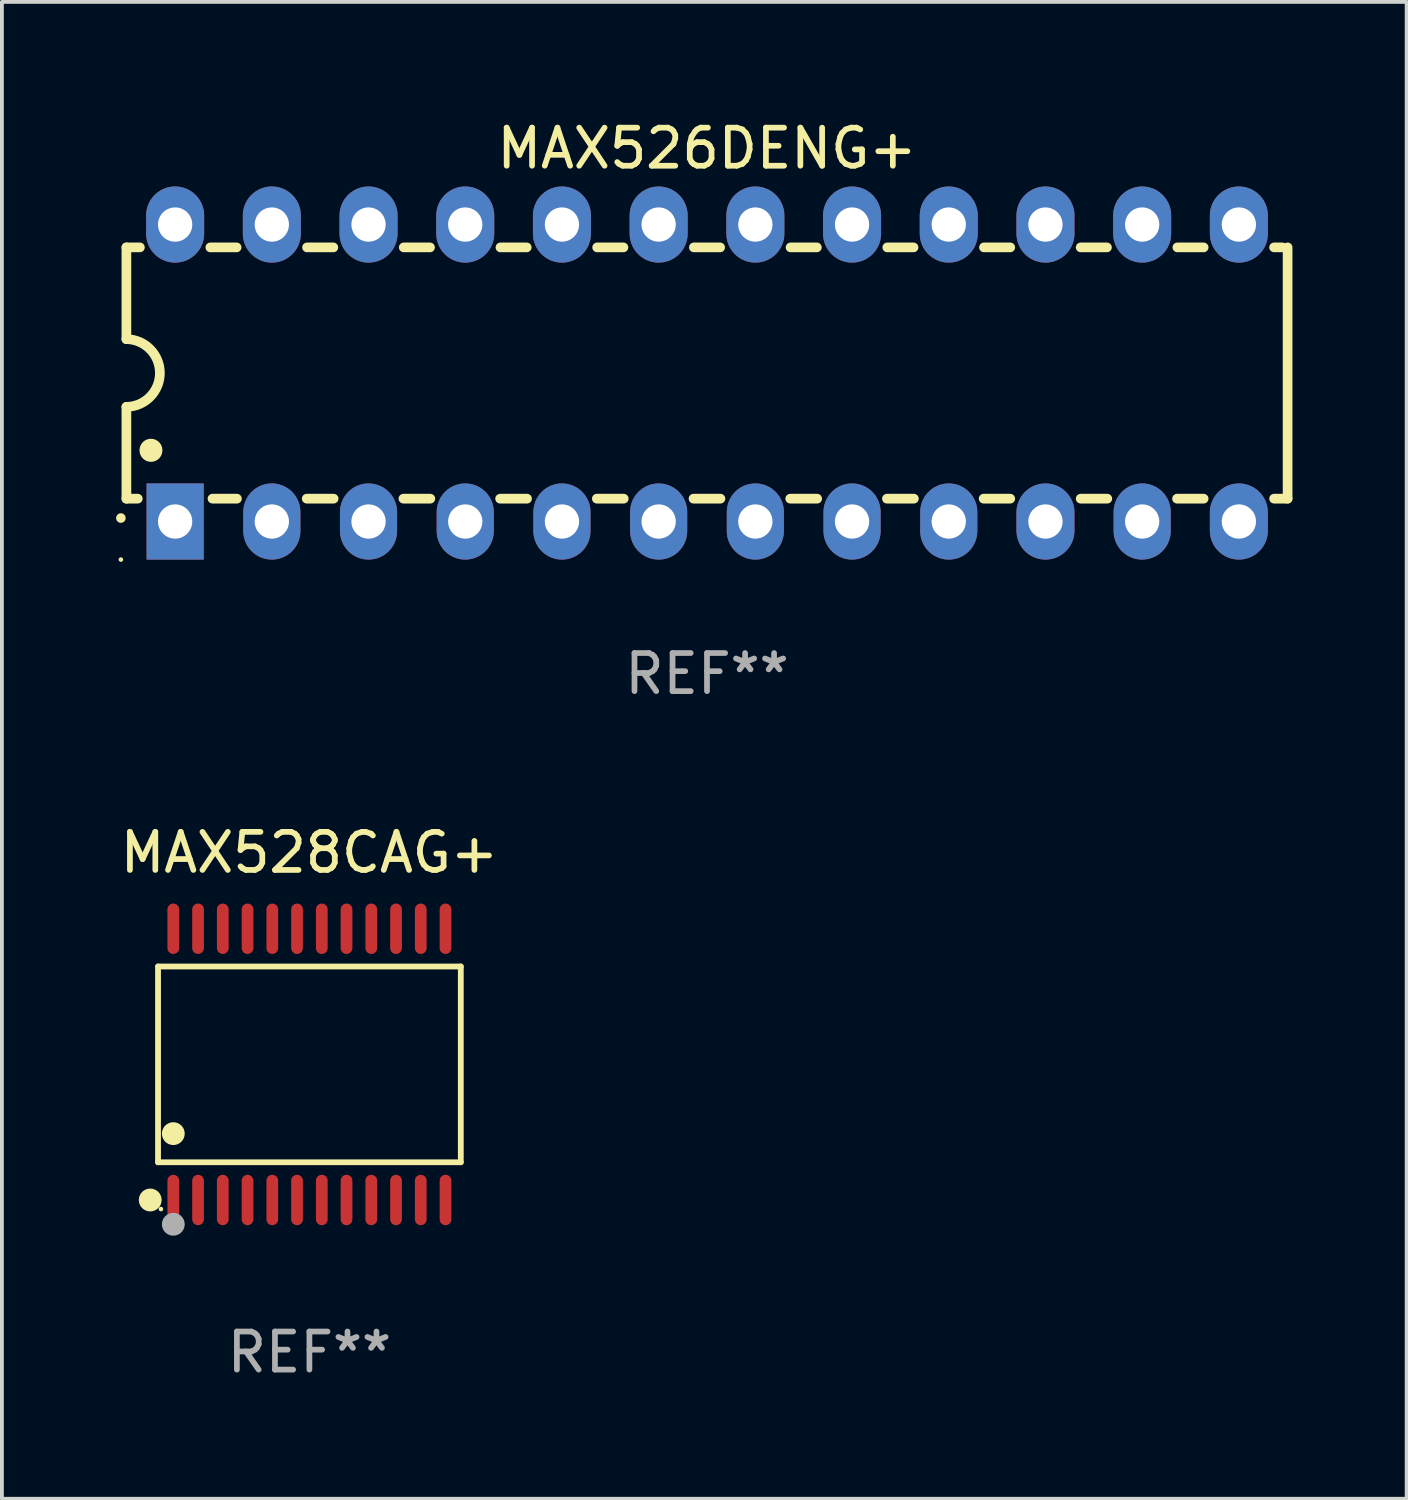
<source format=kicad_pcb>
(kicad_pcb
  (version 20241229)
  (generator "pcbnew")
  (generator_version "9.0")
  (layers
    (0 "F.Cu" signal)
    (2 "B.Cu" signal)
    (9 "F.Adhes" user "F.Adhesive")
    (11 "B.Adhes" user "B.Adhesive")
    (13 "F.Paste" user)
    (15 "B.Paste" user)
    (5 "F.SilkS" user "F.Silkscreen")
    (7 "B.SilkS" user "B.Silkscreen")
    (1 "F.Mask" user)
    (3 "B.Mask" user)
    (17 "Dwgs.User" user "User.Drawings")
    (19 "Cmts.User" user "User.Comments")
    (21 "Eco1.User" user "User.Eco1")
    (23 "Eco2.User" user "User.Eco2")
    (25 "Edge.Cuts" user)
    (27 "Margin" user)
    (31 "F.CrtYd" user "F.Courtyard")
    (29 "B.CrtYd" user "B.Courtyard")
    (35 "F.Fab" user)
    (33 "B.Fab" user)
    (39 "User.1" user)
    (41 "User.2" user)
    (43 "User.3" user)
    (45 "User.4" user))
  (footprint "MAX528CAG+"
    (layer "F.Cu")
    (at 5.077 24.907)
    (property "Reference" "MAX528CAG+" (at 0 -5.562 0) (layer "F.SilkS") (effects (font (size 1 1) (thickness 0.15))))
    (attr through_hole)
    (fp_line (start -3.976 -2.571) (end 3.976 -2.571) (stroke (width 0.152) (type solid)) (layer "F.SilkS"))
    (fp_line (start -3.976 2.571) (end -3.976 -2.571) (stroke (width 0.152) (type solid)) (layer "F.SilkS"))
    (fp_line (start 3.976 -2.571) (end 3.976 2.571) (stroke (width 0.152) (type solid)) (layer "F.SilkS"))
    (fp_line (start 3.976 2.571) (end -3.976 2.571) (stroke (width 0.152) (type solid)) (layer "F.SilkS"))
    (fp_circle (center -4.181 3.562) (end -4.031 3.562) (stroke (width 0.3) (type solid)) (fill no) (layer "F.SilkS"))
    (fp_circle (center -3.9 3.8) (end -3.87 3.8) (stroke (width 0.06) (type solid)) (fill no) (layer "F.SilkS"))
    (fp_circle (center -3.575 1.819) (end -3.425 1.819) (stroke (width 0.3) (type solid)) (fill no) (layer "F.SilkS"))
    (fp_circle (center -3.575 4.2) (end -3.425 4.2) (stroke (width 0.3) (type solid)) (fill no) (layer "F.Fab"))
    (fp_text user "REF**" (at 0 7.562 0) (layer "F.Fab") (effects (font (size 1 1) (thickness 0.15))))
    (pad "1" smd oval (at -3.575 3.562) (size 0.308 1.324) (layers "F.Cu" "F.Mask" "F.Paste"))
    (pad "2" smd oval (at -2.925 3.562) (size 0.308 1.324) (layers "F.Cu" "F.Mask" "F.Paste"))
    (pad "3" smd oval (at -2.275 3.562) (size 0.308 1.324) (layers "F.Cu" "F.Mask" "F.Paste"))
    (pad "4" smd oval (at -1.625 3.562) (size 0.308 1.324) (layers "F.Cu" "F.Mask" "F.Paste"))
    (pad "5" smd oval (at -0.975 3.562) (size 0.308 1.324) (layers "F.Cu" "F.Mask" "F.Paste"))
    (pad "6" smd oval (at -0.325 3.562) (size 0.308 1.324) (layers "F.Cu" "F.Mask" "F.Paste"))
    (pad "7" smd oval (at 0.325 3.562) (size 0.308 1.324) (layers "F.Cu" "F.Mask" "F.Paste"))
    (pad "8" smd oval (at 0.975 3.562) (size 0.308 1.324) (layers "F.Cu" "F.Mask" "F.Paste"))
    (pad "9" smd oval (at 1.625 3.562) (size 0.308 1.324) (layers "F.Cu" "F.Mask" "F.Paste"))
    (pad "10" smd oval (at 2.275 3.562) (size 0.308 1.324) (layers "F.Cu" "F.Mask" "F.Paste"))
    (pad "11" smd oval (at 2.925 3.562) (size 0.308 1.324) (layers "F.Cu" "F.Mask" "F.Paste"))
    (pad "12" smd oval (at 3.575 3.562) (size 0.308 1.324) (layers "F.Cu" "F.Mask" "F.Paste"))
    (pad "13" smd oval (at 3.575 -3.562) (size 0.308 1.324) (layers "F.Cu" "F.Mask" "F.Paste"))
    (pad "14" smd oval (at 2.925 -3.562) (size 0.308 1.324) (layers "F.Cu" "F.Mask" "F.Paste"))
    (pad "15" smd oval (at 2.275 -3.562) (size 0.308 1.324) (layers "F.Cu" "F.Mask" "F.Paste"))
    (pad "16" smd oval (at 1.625 -3.562) (size 0.308 1.324) (layers "F.Cu" "F.Mask" "F.Paste"))
    (pad "17" smd oval (at 0.975 -3.562) (size 0.308 1.324) (layers "F.Cu" "F.Mask" "F.Paste"))
    (pad "18" smd oval (at 0.325 -3.562) (size 0.308 1.324) (layers "F.Cu" "F.Mask" "F.Paste"))
    (pad "19" smd oval (at -0.325 -3.562) (size 0.308 1.324) (layers "F.Cu" "F.Mask" "F.Paste"))
    (pad "20" smd oval (at -0.975 -3.562) (size 0.308 1.324) (layers "F.Cu" "F.Mask" "F.Paste"))
    (pad "21" smd oval (at -1.625 -3.562) (size 0.308 1.324) (layers "F.Cu" "F.Mask" "F.Paste"))
    (pad "22" smd oval (at -2.275 -3.562) (size 0.308 1.324) (layers "F.Cu" "F.Mask" "F.Paste"))
    (pad "23" smd oval (at -2.925 -3.562) (size 0.308 1.324) (layers "F.Cu" "F.Mask" "F.Paste"))
    (pad "24" smd oval (at -3.575 -3.562) (size 0.308 1.324) (layers "F.Cu" "F.Mask" "F.Paste")))
  (footprint "MAX526DENG+"
    (layer "F.Cu")
    (at 15.52 6.748)
    (property "Reference" "MAX526DENG+" (at 0 -5.9 0) (layer "F.SilkS") (effects (font (size 1 1) (thickness 0.15))))
    (attr through_hole)
    (fp_line (start -15.25 -3.3) (end -15.25 -0.889) (stroke (width 0.254) (type solid)) (layer "F.SilkS"))
    (fp_line (start -15.25 -3.3) (end -14.895 -3.3) (stroke (width 0.254) (type solid)) (layer "F.SilkS"))
    (fp_line (start -15.25 3.3) (end -15.25 0.889) (stroke (width 0.254) (type solid)) (layer "F.SilkS"))
    (fp_line (start -15.25 3.3) (end -14.951 3.3) (stroke (width 0.254) (type solid)) (layer "F.SilkS"))
    (fp_line (start -13.045 -3.3) (end -12.355 -3.3) (stroke (width 0.254) (type solid)) (layer "F.SilkS"))
    (fp_line (start -12.989 3.3) (end -12.347 3.3) (stroke (width 0.254) (type solid)) (layer "F.SilkS"))
    (fp_line (start -10.514 3.3) (end -9.807 3.3) (stroke (width 0.254) (type solid)) (layer "F.SilkS"))
    (fp_line (start -10.505 -3.3) (end -9.815 -3.3) (stroke (width 0.254) (type solid)) (layer "F.SilkS"))
    (fp_line (start -7.974 3.3) (end -7.267 3.3) (stroke (width 0.254) (type solid)) (layer "F.SilkS"))
    (fp_line (start -7.965 -3.3) (end -7.275 -3.3) (stroke (width 0.254) (type solid)) (layer "F.SilkS"))
    (fp_line (start -5.434 3.3) (end -4.727 3.3) (stroke (width 0.254) (type solid)) (layer "F.SilkS"))
    (fp_line (start -5.425 -3.3) (end -4.735 -3.3) (stroke (width 0.254) (type solid)) (layer "F.SilkS"))
    (fp_line (start -2.894 3.3) (end -2.187 3.3) (stroke (width 0.254) (type solid)) (layer "F.SilkS"))
    (fp_line (start -2.885 -3.3) (end -2.195 -3.3) (stroke (width 0.254) (type solid)) (layer "F.SilkS"))
    (fp_line (start -0.354 3.3) (end 0.353 3.3) (stroke (width 0.254) (type solid)) (layer "F.SilkS"))
    (fp_line (start -0.345 -3.3) (end 0.345 -3.3) (stroke (width 0.254) (type solid)) (layer "F.SilkS"))
    (fp_line (start 2.186 3.3) (end 2.893 3.3) (stroke (width 0.254) (type solid)) (layer "F.SilkS"))
    (fp_line (start 2.195 -3.3) (end 2.885 -3.3) (stroke (width 0.254) (type solid)) (layer "F.SilkS"))
    (fp_line (start 4.726 3.3) (end 5.434 3.3) (stroke (width 0.254) (type solid)) (layer "F.SilkS"))
    (fp_line (start 4.735 -3.3) (end 5.425 -3.3) (stroke (width 0.254) (type solid)) (layer "F.SilkS"))
    (fp_line (start 7.266 3.3) (end 7.965 3.3) (stroke (width 0.254) (type solid)) (layer "F.SilkS"))
    (fp_line (start 7.275 -3.3) (end 7.965 -3.3) (stroke (width 0.254) (type solid)) (layer "F.SilkS"))
    (fp_line (start 9.815 -3.3) (end 10.505 -3.3) (stroke (width 0.254) (type solid)) (layer "F.SilkS"))
    (fp_line (start 9.815 3.3) (end 10.514 3.3) (stroke (width 0.254) (type solid)) (layer "F.SilkS"))
    (fp_line (start 12.346 3.3) (end 13.045 3.3) (stroke (width 0.254) (type solid)) (layer "F.SilkS"))
    (fp_line (start 12.355 -3.3) (end 13.045 -3.3) (stroke (width 0.254) (type solid)) (layer "F.SilkS"))
    (fp_line (start 14.895 -3.3) (end 15.113 -3.3) (stroke (width 0.254) (type solid)) (layer "F.SilkS"))
    (fp_line (start 14.895 3.3) (end 15.25 3.3) (stroke (width 0.254) (type solid)) (layer "F.SilkS"))
    (fp_line (start 15.25 -3.3) (end 15.25 3.3) (stroke (width 0.254) (type solid)) (layer "F.SilkS"))
    (fp_arc (start -15.394971 3.810033) (mid -15.394978 3.808763) (end -15.394971 3.807493) (stroke (width 0.25) (type solid)) (layer "F.SilkS"))
    (fp_arc (start -15.251053 -0.890146) (mid -14.361467 -0.001067) (end -15.250038 0.889027) (stroke (width 0.254001) (type solid)) (layer "F.SilkS"))
    (fp_arc (start -14.605029 2.032029) (mid -14.60504 2.029489) (end -14.605029 2.026949) (stroke (width 0.6) (type solid)) (layer "F.SilkS"))
    (fp_circle (center -15.395 4.9) (end -15.365 4.9) (stroke (width 0.06) (type solid)) (fill no) (layer "F.SilkS"))
    (fp_text user "REF**" (at 0 7.9 0) (layer "F.Fab") (effects (font (size 1 1) (thickness 0.15))))
    (pad "1" thru_hole rect (at -13.97 3.9 90) (size 2 1.5) (drill 0.9) (layers "*.Cu" "*.Mask"))
    (pad "2" thru_hole oval (at -11.43 3.9 90) (size 2 1.5) (drill 0.9) (layers "*.Cu" "*.Mask"))
    (pad "3" thru_hole oval (at -8.89 3.9 90) (size 2 1.5) (drill 0.9) (layers "*.Cu" "*.Mask"))
    (pad "4" thru_hole oval (at -6.35 3.9 90) (size 2 1.5) (drill 0.9) (layers "*.Cu" "*.Mask"))
    (pad "5" thru_hole oval (at -3.81 3.9 90) (size 2 1.5) (drill 0.9) (layers "*.Cu" "*.Mask"))
    (pad "6" thru_hole oval (at -1.27 3.9 90) (size 2 1.5) (drill 0.9) (layers "*.Cu" "*.Mask"))
    (pad "7" thru_hole oval (at 1.27 3.9 90) (size 2 1.5) (drill 0.9) (layers "*.Cu" "*.Mask"))
    (pad "8" thru_hole oval (at 3.81 3.9 90) (size 2 1.5) (drill 0.9) (layers "*.Cu" "*.Mask"))
    (pad "9" thru_hole oval (at 6.35 3.9 90) (size 2 1.5) (drill 0.9) (layers "*.Cu" "*.Mask"))
    (pad "10" thru_hole oval (at 8.89 3.9 90) (size 2 1.524) (drill 0.9) (layers "*.Cu" "*.Mask"))
    (pad "11" thru_hole oval (at 11.43 3.9 90) (size 2 1.5) (drill 0.9) (layers "*.Cu" "*.Mask"))
    (pad "12" thru_hole oval (at 13.97 3.9 90) (size 2 1.524) (drill 0.9) (layers "*.Cu" "*.Mask"))
    (pad "13" thru_hole oval (at 13.97 -3.9 90) (size 2 1.524) (drill 0.9) (layers "*.Cu" "*.Mask"))
    (pad "14" thru_hole oval (at 11.43 -3.9 90) (size 2 1.524) (drill 0.9) (layers "*.Cu" "*.Mask"))
    (pad "15" thru_hole oval (at 8.89 -3.9 90) (size 2 1.524) (drill 0.9) (layers "*.Cu" "*.Mask"))
    (pad "16" thru_hole oval (at 6.35 -3.9 90) (size 2 1.524) (drill 0.9) (layers "*.Cu" "*.Mask"))
    (pad "17" thru_hole oval (at 3.81 -3.9 90) (size 2 1.524) (drill 0.9) (layers "*.Cu" "*.Mask"))
    (pad "18" thru_hole oval (at 1.27 -3.9 90) (size 2 1.524) (drill 0.9) (layers "*.Cu" "*.Mask"))
    (pad "19" thru_hole oval (at -1.27 -3.9 90) (size 2 1.524) (drill 0.9) (layers "*.Cu" "*.Mask"))
    (pad "20" thru_hole oval (at -3.81 -3.9 90) (size 2 1.524) (drill 0.9) (layers "*.Cu" "*.Mask"))
    (pad "21" thru_hole oval (at -6.35 -3.9 90) (size 2 1.524) (drill 0.9) (layers "*.Cu" "*.Mask"))
    (pad "22" thru_hole oval (at -8.89 -3.9 90) (size 2 1.524) (drill 0.9) (layers "*.Cu" "*.Mask"))
    (pad "23" thru_hole oval (at -11.43 -3.9 90) (size 2 1.524) (drill 0.9) (layers "*.Cu" "*.Mask"))
    (pad "24" thru_hole oval (at -13.97 -3.9 90) (size 2 1.524) (drill 0.9) (layers "*.Cu" "*.Mask")))
  (gr_rect
    (start -3 -3)
    (end 33.897 36.317)
    (stroke (width 0.1) (type default))
    (fill no)
    (layer "Edge.Cuts")))
</source>
